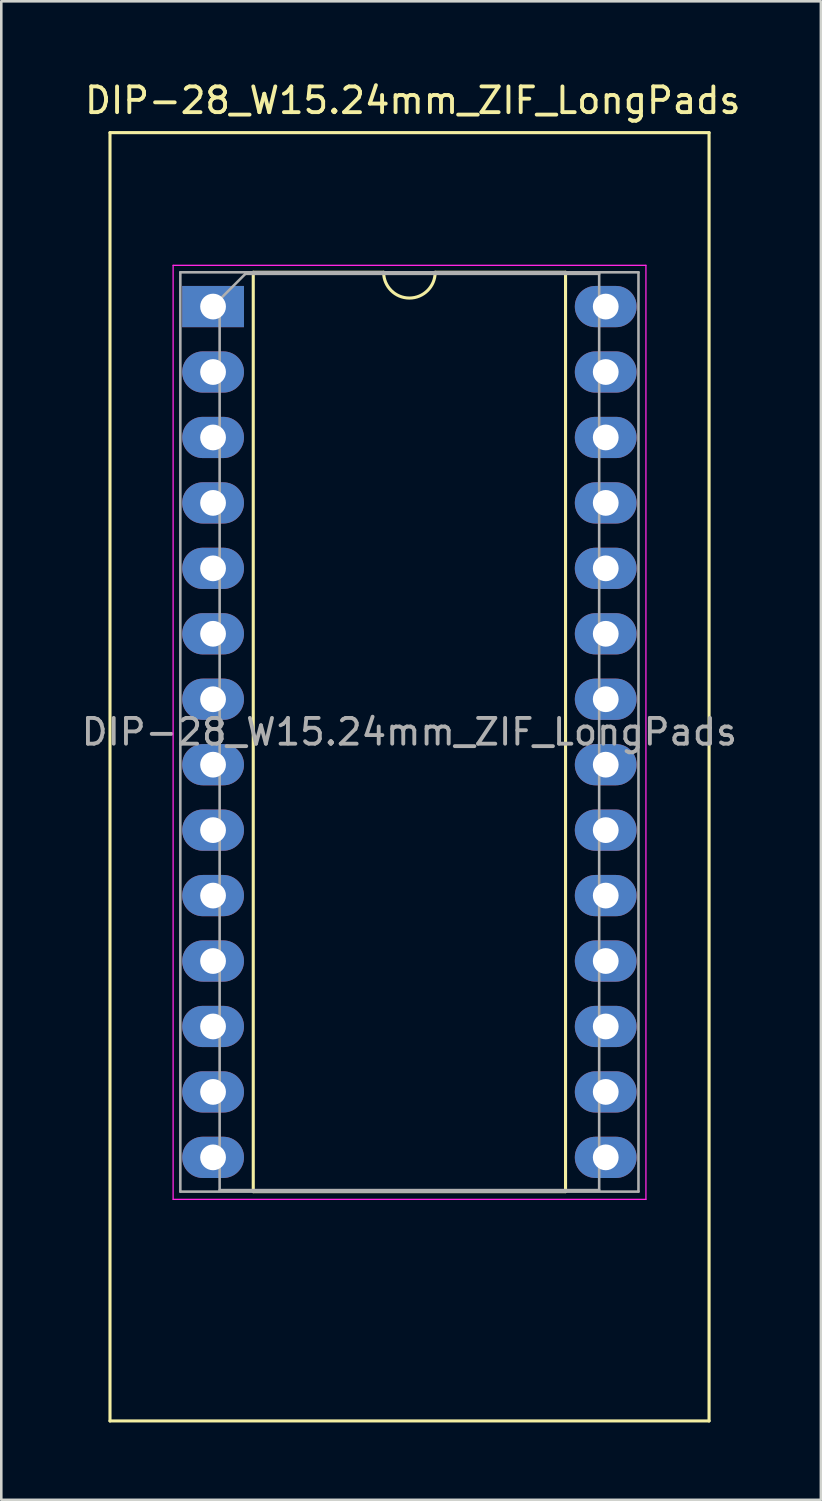
<source format=kicad_pcb>
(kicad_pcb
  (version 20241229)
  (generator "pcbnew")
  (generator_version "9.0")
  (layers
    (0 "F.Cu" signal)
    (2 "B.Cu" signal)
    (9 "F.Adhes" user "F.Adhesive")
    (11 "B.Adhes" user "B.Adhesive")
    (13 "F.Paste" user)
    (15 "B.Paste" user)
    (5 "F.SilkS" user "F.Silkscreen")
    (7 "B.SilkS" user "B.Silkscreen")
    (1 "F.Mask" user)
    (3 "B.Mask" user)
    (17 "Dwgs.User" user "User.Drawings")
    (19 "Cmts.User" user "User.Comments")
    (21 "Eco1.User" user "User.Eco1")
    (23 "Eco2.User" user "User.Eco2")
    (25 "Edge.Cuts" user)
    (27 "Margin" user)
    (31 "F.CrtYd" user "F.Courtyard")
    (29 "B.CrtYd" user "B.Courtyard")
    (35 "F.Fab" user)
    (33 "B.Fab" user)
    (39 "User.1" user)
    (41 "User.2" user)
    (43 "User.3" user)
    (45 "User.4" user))
  (footprint "DIP-28_W15.24mm_ZIF_LongPads"
    (layer "F.Cu")
    (at 5.219 8.848)
    (property "Reference" "DIP-28_W15.24mm_ZIF_LongPads" (at 7.75 -8 0) (layer "F.SilkS") (effects (font (size 1 1) (thickness 0.15))))
    (attr through_hole)
    (fp_line (start -4 -6.75) (end 19.25 -6.75) (stroke (width 0.12) (type solid)) (layer "F.SilkS"))
    (fp_line (start -4 43.25) (end -4 -6.75) (stroke (width 0.12) (type solid)) (layer "F.SilkS"))
    (fp_line (start -4 43.25) (end 19.25 43.25) (stroke (width 0.12) (type solid)) (layer "F.SilkS"))
    (fp_line (start 1.56 -1.33) (end 1.56 34.35) (stroke (width 0.12) (type solid)) (layer "F.SilkS"))
    (fp_line (start 1.56 34.35) (end 13.68 34.35) (stroke (width 0.12) (type solid)) (layer "F.SilkS"))
    (fp_line (start 6.62 -1.33) (end 1.56 -1.33) (stroke (width 0.12) (type solid)) (layer "F.SilkS"))
    (fp_line (start 13.68 -1.33) (end 8.62 -1.33) (stroke (width 0.12) (type solid)) (layer "F.SilkS"))
    (fp_line (start 13.68 34.35) (end 13.68 -1.33) (stroke (width 0.12) (type solid)) (layer "F.SilkS"))
    (fp_line (start 19.25 -6.75) (end 19.25 43.25) (stroke (width 0.12) (type solid)) (layer "F.SilkS"))
    (fp_arc (start 8.62 -1.33) (mid 7.62 -0.33) (end 6.62 -1.33) (stroke (width 0.12) (type solid)) (layer "F.SilkS"))
    (fp_line (start -1.55 -1.6) (end -1.55 34.65) (stroke (width 0.05) (type solid)) (layer "F.CrtYd"))
    (fp_line (start -1.55 34.65) (end 16.8 34.65) (stroke (width 0.05) (type solid)) (layer "F.CrtYd"))
    (fp_line (start 16.8 -1.6) (end -1.55 -1.6) (stroke (width 0.05) (type solid)) (layer "F.CrtYd"))
    (fp_line (start 16.8 34.65) (end 16.8 -1.6) (stroke (width 0.05) (type solid)) (layer "F.CrtYd"))
    (fp_line (start -1.27 -1.33) (end -1.27 34.35) (stroke (width 0.1) (type solid)) (layer "F.Fab"))
    (fp_line (start -1.27 34.35) (end 16.51 34.35) (stroke (width 0.1) (type solid)) (layer "F.Fab"))
    (fp_line (start 0.255 -0.27) (end 1.255 -1.27) (stroke (width 0.1) (type solid)) (layer "F.Fab"))
    (fp_line (start 0.255 34.29) (end 0.255 -0.27) (stroke (width 0.1) (type solid)) (layer "F.Fab"))
    (fp_line (start 1.255 -1.27) (end 14.985 -1.27) (stroke (width 0.1) (type solid)) (layer "F.Fab"))
    (fp_line (start 14.985 -1.27) (end 14.985 34.29) (stroke (width 0.1) (type solid)) (layer "F.Fab"))
    (fp_line (start 14.985 34.29) (end 0.255 34.29) (stroke (width 0.1) (type solid)) (layer "F.Fab"))
    (fp_line (start 16.51 -1.33) (end -1.27 -1.33) (stroke (width 0.1) (type solid)) (layer "F.Fab"))
    (fp_line (start 16.51 34.35) (end 16.51 -1.33) (stroke (width 0.1) (type solid)) (layer "F.Fab"))
    (fp_text user "${REFERENCE}" (at 7.62 16.51 0) (layer "F.Fab") (effects (font (size 1 1) (thickness 0.15))))
    (pad "1" thru_hole rect (at 0 0) (size 2.4 1.6) (drill 1) (layers "*.Cu" "*.Mask"))
    (pad "2" thru_hole oval (at 0 2.54) (size 2.4 1.6) (drill 1) (layers "*.Cu" "*.Mask"))
    (pad "3" thru_hole oval (at 0 5.08) (size 2.4 1.6) (drill 1) (layers "*.Cu" "*.Mask"))
    (pad "4" thru_hole oval (at 0 7.62) (size 2.4 1.6) (drill 1) (layers "*.Cu" "*.Mask"))
    (pad "5" thru_hole oval (at 0 10.16) (size 2.4 1.6) (drill 1) (layers "*.Cu" "*.Mask"))
    (pad "6" thru_hole oval (at 0 12.7) (size 2.4 1.6) (drill 1) (layers "*.Cu" "*.Mask"))
    (pad "7" thru_hole oval (at 0 15.24) (size 2.4 1.6) (drill 1) (layers "*.Cu" "*.Mask"))
    (pad "8" thru_hole oval (at 0 17.78) (size 2.4 1.6) (drill 1) (layers "*.Cu" "*.Mask"))
    (pad "9" thru_hole oval (at 0 20.32) (size 2.4 1.6) (drill 1) (layers "*.Cu" "*.Mask"))
    (pad "10" thru_hole oval (at 0 22.86) (size 2.4 1.6) (drill 1) (layers "*.Cu" "*.Mask"))
    (pad "11" thru_hole oval (at 0 25.4) (size 2.4 1.6) (drill 1) (layers "*.Cu" "*.Mask"))
    (pad "12" thru_hole oval (at 0 27.94) (size 2.4 1.6) (drill 1) (layers "*.Cu" "*.Mask"))
    (pad "13" thru_hole oval (at 0 30.48) (size 2.4 1.6) (drill 1) (layers "*.Cu" "*.Mask"))
    (pad "14" thru_hole oval (at 0 33.02) (size 2.4 1.6) (drill 1) (layers "*.Cu" "*.Mask"))
    (pad "15" thru_hole oval (at 15.24 33.02) (size 2.4 1.6) (drill 1) (layers "*.Cu" "*.Mask"))
    (pad "16" thru_hole oval (at 15.24 30.48) (size 2.4 1.6) (drill 1) (layers "*.Cu" "*.Mask"))
    (pad "17" thru_hole oval (at 15.24 27.94) (size 2.4 1.6) (drill 1) (layers "*.Cu" "*.Mask"))
    (pad "18" thru_hole oval (at 15.24 25.4) (size 2.4 1.6) (drill 1) (layers "*.Cu" "*.Mask"))
    (pad "19" thru_hole oval (at 15.24 22.86) (size 2.4 1.6) (drill 1) (layers "*.Cu" "*.Mask"))
    (pad "20" thru_hole oval (at 15.24 20.32) (size 2.4 1.6) (drill 1) (layers "*.Cu" "*.Mask"))
    (pad "21" thru_hole oval (at 15.24 17.78) (size 2.4 1.6) (drill 1) (layers "*.Cu" "*.Mask"))
    (pad "22" thru_hole oval (at 15.24 15.24) (size 2.4 1.6) (drill 1) (layers "*.Cu" "*.Mask"))
    (pad "23" thru_hole oval (at 15.24 12.7) (size 2.4 1.6) (drill 1) (layers "*.Cu" "*.Mask"))
    (pad "24" thru_hole oval (at 15.24 10.16) (size 2.4 1.6) (drill 1) (layers "*.Cu" "*.Mask"))
    (pad "25" thru_hole oval (at 15.24 7.62) (size 2.4 1.6) (drill 1) (layers "*.Cu" "*.Mask"))
    (pad "26" thru_hole oval (at 15.24 5.08) (size 2.4 1.6) (drill 1) (layers "*.Cu" "*.Mask"))
    (pad "27" thru_hole oval (at 15.24 2.54) (size 2.4 1.6) (drill 1) (layers "*.Cu" "*.Mask"))
    (pad "28" thru_hole oval (at 15.24 0) (size 2.4 1.6) (drill 1) (layers "*.Cu" "*.Mask")))
  (gr_rect
    (start -3 -3)
    (end 28.809 55.158)
    (stroke (width 0.1) (type default))
    (fill no)
    (layer "Edge.Cuts")))
</source>
